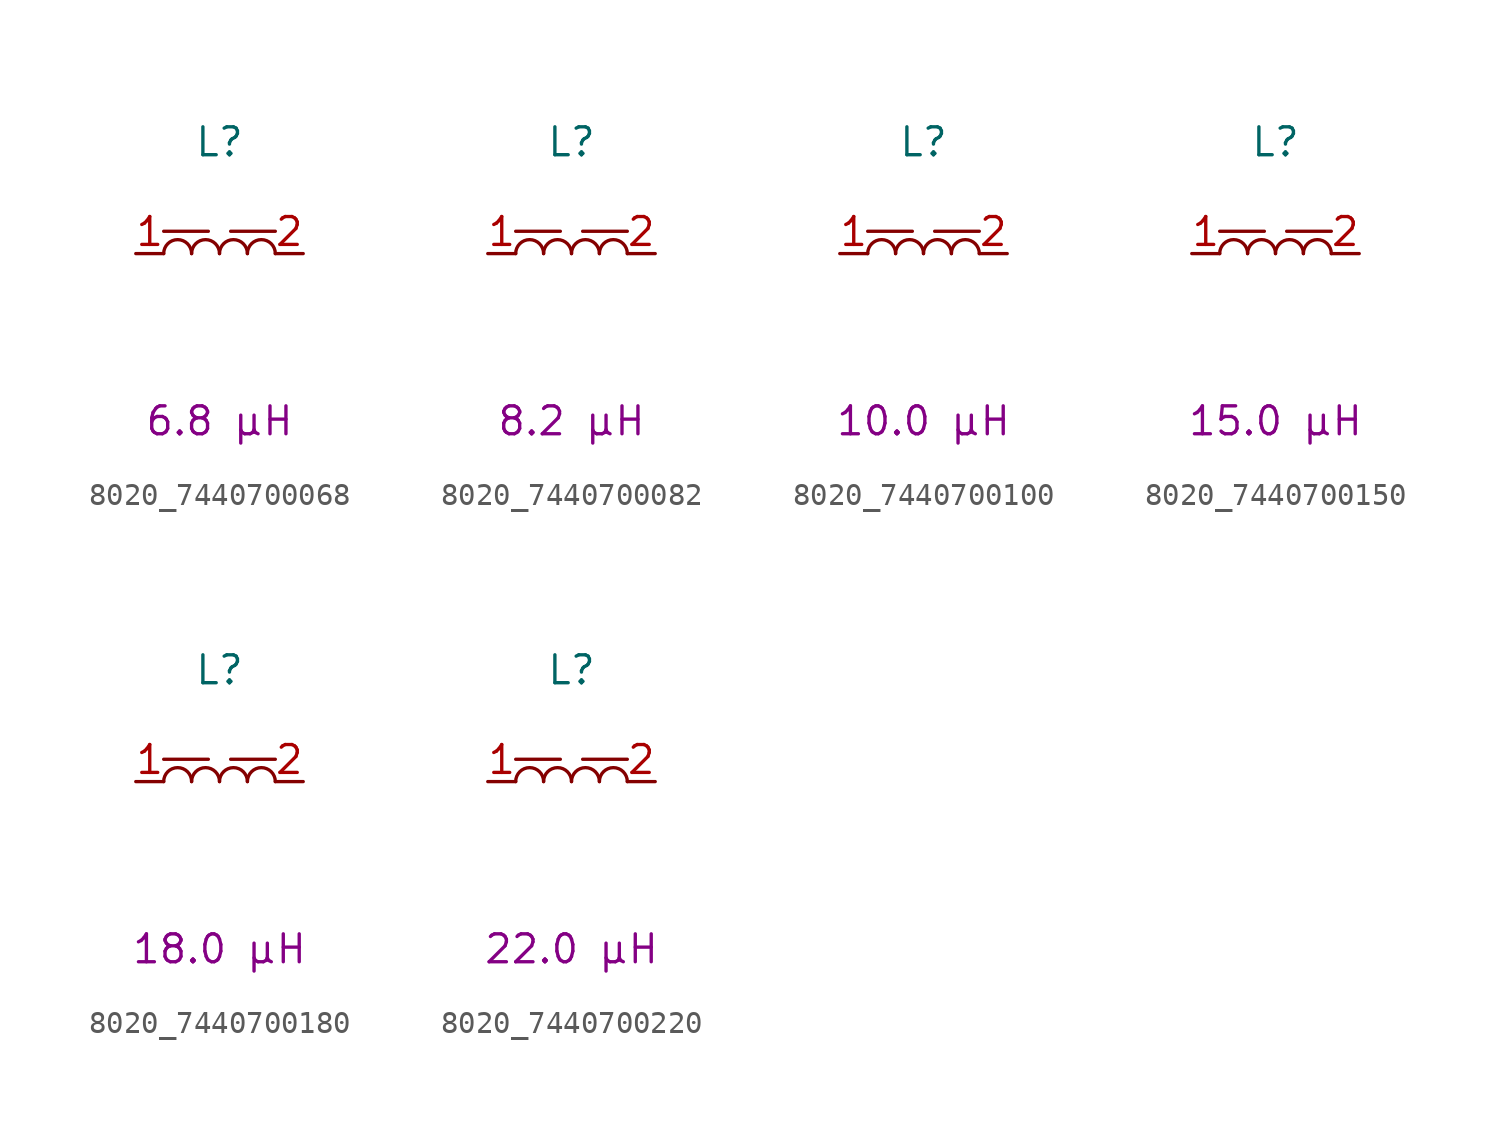
<source format=kicad_sym>
(kicad_symbol_lib
  (version 20220914)
  (generator kicad_symbol_editor)
  (symbol "8020_7440700068"
    (pin_names hide)
    (property "Reference" "L"
      (at 0 5.08 0)
      (effects (font (size 1.27 1.27))))
    (property "Critical Parameter" "6.8 µH"
      (at 0 -7.62 0)
      (effects (font (size 1.27 1.27))))
    (symbol "8020_7440700068_0_1"
      (arc (start -1.27 0) (mid -1.905 0.6323) (end -2.54 0) (stroke (width 0) (type default)) (fill (type none)))
      (arc (start 0 0) (mid -0.635 0.6323) (end -1.27 0) (stroke (width 0) (type default)) (fill (type none)))
      (polyline (pts (xy -2.54 1.016) (xy -0.508 1.016)) (stroke (width 0) (type default)) (fill (type none)))
      (arc (start 1.27 0) (mid 0.635 0.6323) (end 0 0) (stroke (width 0) (type default)) (fill (type none)))
      (arc (start 2.54 0) (mid 1.905 0.6323) (end 1.27 0) (stroke (width 0) (type default)) (fill (type none))))
    (symbol "8020_7440700068_1_1"
      (polyline (pts (xy 2.54 1.016) (xy 0.508 1.016)) (stroke (width 0) (type default)) (fill (type none)))
      (pin passive line (at -3.81 0 0) (length 1.27) (name "1" (effects (font (size 1.27 1.27)))) (number "1" (effects (font (size 1.27 1.27)))))
      (pin passive line (at 3.81 0 180) (length 1.27) (name "2" (effects (font (size 1.27 1.27)))) (number "2" (effects (font (size 1.27 1.27)))))))
  (symbol "8020_7440700082"
    (pin_names hide)
    (property "Reference" "L"
      (at 0 5.08 0)
      (effects (font (size 1.27 1.27))))
    (property "Critical Parameter" "8.2 µH"
      (at 0 -7.62 0)
      (effects (font (size 1.27 1.27))))
    (symbol "8020_7440700082_0_1"
      (arc (start -1.27 0) (mid -1.905 0.6323) (end -2.54 0) (stroke (width 0) (type default)) (fill (type none)))
      (arc (start 0 0) (mid -0.635 0.6323) (end -1.27 0) (stroke (width 0) (type default)) (fill (type none)))
      (polyline (pts (xy -2.54 1.016) (xy -0.508 1.016)) (stroke (width 0) (type default)) (fill (type none)))
      (arc (start 1.27 0) (mid 0.635 0.6323) (end 0 0) (stroke (width 0) (type default)) (fill (type none)))
      (arc (start 2.54 0) (mid 1.905 0.6323) (end 1.27 0) (stroke (width 0) (type default)) (fill (type none))))
    (symbol "8020_7440700082_1_1"
      (polyline (pts (xy 2.54 1.016) (xy 0.508 1.016)) (stroke (width 0) (type default)) (fill (type none)))
      (pin passive line (at -3.81 0 0) (length 1.27) (name "1" (effects (font (size 1.27 1.27)))) (number "1" (effects (font (size 1.27 1.27)))))
      (pin passive line (at 3.81 0 180) (length 1.27) (name "2" (effects (font (size 1.27 1.27)))) (number "2" (effects (font (size 1.27 1.27)))))))
  (symbol "8020_7440700100"
    (pin_names hide)
    (property "Reference" "L"
      (at 0 5.08 0)
      (effects (font (size 1.27 1.27))))
    (property "Critical Parameter" "10.0 µH"
      (at 0 -7.62 0)
      (effects (font (size 1.27 1.27))))
    (symbol "8020_7440700100_0_1"
      (arc (start -1.27 0) (mid -1.905 0.6323) (end -2.54 0) (stroke (width 0) (type default)) (fill (type none)))
      (arc (start 0 0) (mid -0.635 0.6323) (end -1.27 0) (stroke (width 0) (type default)) (fill (type none)))
      (polyline (pts (xy -2.54 1.016) (xy -0.508 1.016)) (stroke (width 0) (type default)) (fill (type none)))
      (arc (start 1.27 0) (mid 0.635 0.6323) (end 0 0) (stroke (width 0) (type default)) (fill (type none)))
      (arc (start 2.54 0) (mid 1.905 0.6323) (end 1.27 0) (stroke (width 0) (type default)) (fill (type none))))
    (symbol "8020_7440700100_1_1"
      (polyline (pts (xy 2.54 1.016) (xy 0.508 1.016)) (stroke (width 0) (type default)) (fill (type none)))
      (pin passive line (at -3.81 0 0) (length 1.27) (name "1" (effects (font (size 1.27 1.27)))) (number "1" (effects (font (size 1.27 1.27)))))
      (pin passive line (at 3.81 0 180) (length 1.27) (name "2" (effects (font (size 1.27 1.27)))) (number "2" (effects (font (size 1.27 1.27)))))))
  (symbol "8020_7440700150"
    (pin_names hide)
    (property "Reference" "L"
      (at 0 5.08 0)
      (effects (font (size 1.27 1.27))))
    (property "Critical Parameter" "15.0 µH"
      (at 0 -7.62 0)
      (effects (font (size 1.27 1.27))))
    (symbol "8020_7440700150_0_1"
      (arc (start -1.27 0) (mid -1.905 0.6323) (end -2.54 0) (stroke (width 0) (type default)) (fill (type none)))
      (arc (start 0 0) (mid -0.635 0.6323) (end -1.27 0) (stroke (width 0) (type default)) (fill (type none)))
      (polyline (pts (xy -2.54 1.016) (xy -0.508 1.016)) (stroke (width 0) (type default)) (fill (type none)))
      (arc (start 1.27 0) (mid 0.635 0.6323) (end 0 0) (stroke (width 0) (type default)) (fill (type none)))
      (arc (start 2.54 0) (mid 1.905 0.6323) (end 1.27 0) (stroke (width 0) (type default)) (fill (type none))))
    (symbol "8020_7440700150_1_1"
      (polyline (pts (xy 2.54 1.016) (xy 0.508 1.016)) (stroke (width 0) (type default)) (fill (type none)))
      (pin passive line (at -3.81 0 0) (length 1.27) (name "1" (effects (font (size 1.27 1.27)))) (number "1" (effects (font (size 1.27 1.27)))))
      (pin passive line (at 3.81 0 180) (length 1.27) (name "2" (effects (font (size 1.27 1.27)))) (number "2" (effects (font (size 1.27 1.27)))))))
  (symbol "8020_7440700180"
    (pin_names hide)
    (property "Reference" "L"
      (at 0 5.08 0)
      (effects (font (size 1.27 1.27))))
    (property "Critical Parameter" "18.0 µH"
      (at 0 -7.62 0)
      (effects (font (size 1.27 1.27))))
    (symbol "8020_7440700180_0_1"
      (arc (start -1.27 0) (mid -1.905 0.6323) (end -2.54 0) (stroke (width 0) (type default)) (fill (type none)))
      (arc (start 0 0) (mid -0.635 0.6323) (end -1.27 0) (stroke (width 0) (type default)) (fill (type none)))
      (polyline (pts (xy -2.54 1.016) (xy -0.508 1.016)) (stroke (width 0) (type default)) (fill (type none)))
      (arc (start 1.27 0) (mid 0.635 0.6323) (end 0 0) (stroke (width 0) (type default)) (fill (type none)))
      (arc (start 2.54 0) (mid 1.905 0.6323) (end 1.27 0) (stroke (width 0) (type default)) (fill (type none))))
    (symbol "8020_7440700180_1_1"
      (polyline (pts (xy 2.54 1.016) (xy 0.508 1.016)) (stroke (width 0) (type default)) (fill (type none)))
      (pin passive line (at -3.81 0 0) (length 1.27) (name "1" (effects (font (size 1.27 1.27)))) (number "1" (effects (font (size 1.27 1.27)))))
      (pin passive line (at 3.81 0 180) (length 1.27) (name "2" (effects (font (size 1.27 1.27)))) (number "2" (effects (font (size 1.27 1.27)))))))
  (symbol "8020_7440700220"
    (pin_names hide)
    (property "Reference" "L"
      (at 0 5.08 0)
      (effects (font (size 1.27 1.27))))
    (property "Critical Parameter" "22.0 µH"
      (at 0 -7.62 0)
      (effects (font (size 1.27 1.27))))
    (symbol "8020_7440700220_0_1"
      (arc (start -1.27 0) (mid -1.905 0.6323) (end -2.54 0) (stroke (width 0) (type default)) (fill (type none)))
      (arc (start 0 0) (mid -0.635 0.6323) (end -1.27 0) (stroke (width 0) (type default)) (fill (type none)))
      (polyline (pts (xy -2.54 1.016) (xy -0.508 1.016)) (stroke (width 0) (type default)) (fill (type none)))
      (arc (start 1.27 0) (mid 0.635 0.6323) (end 0 0) (stroke (width 0) (type default)) (fill (type none)))
      (arc (start 2.54 0) (mid 1.905 0.6323) (end 1.27 0) (stroke (width 0) (type default)) (fill (type none))))
    (symbol "8020_7440700220_1_1"
      (polyline (pts (xy 2.54 1.016) (xy 0.508 1.016)) (stroke (width 0) (type default)) (fill (type none)))
      (pin passive line (at -3.81 0 0) (length 1.27) (name "1" (effects (font (size 1.27 1.27)))) (number "1" (effects (font (size 1.27 1.27)))))
      (pin passive line (at 3.81 0 180) (length 1.27) (name "2" (effects (font (size 1.27 1.27)))) (number "2" (effects (font (size 1.27 1.27))))))))
</source>
